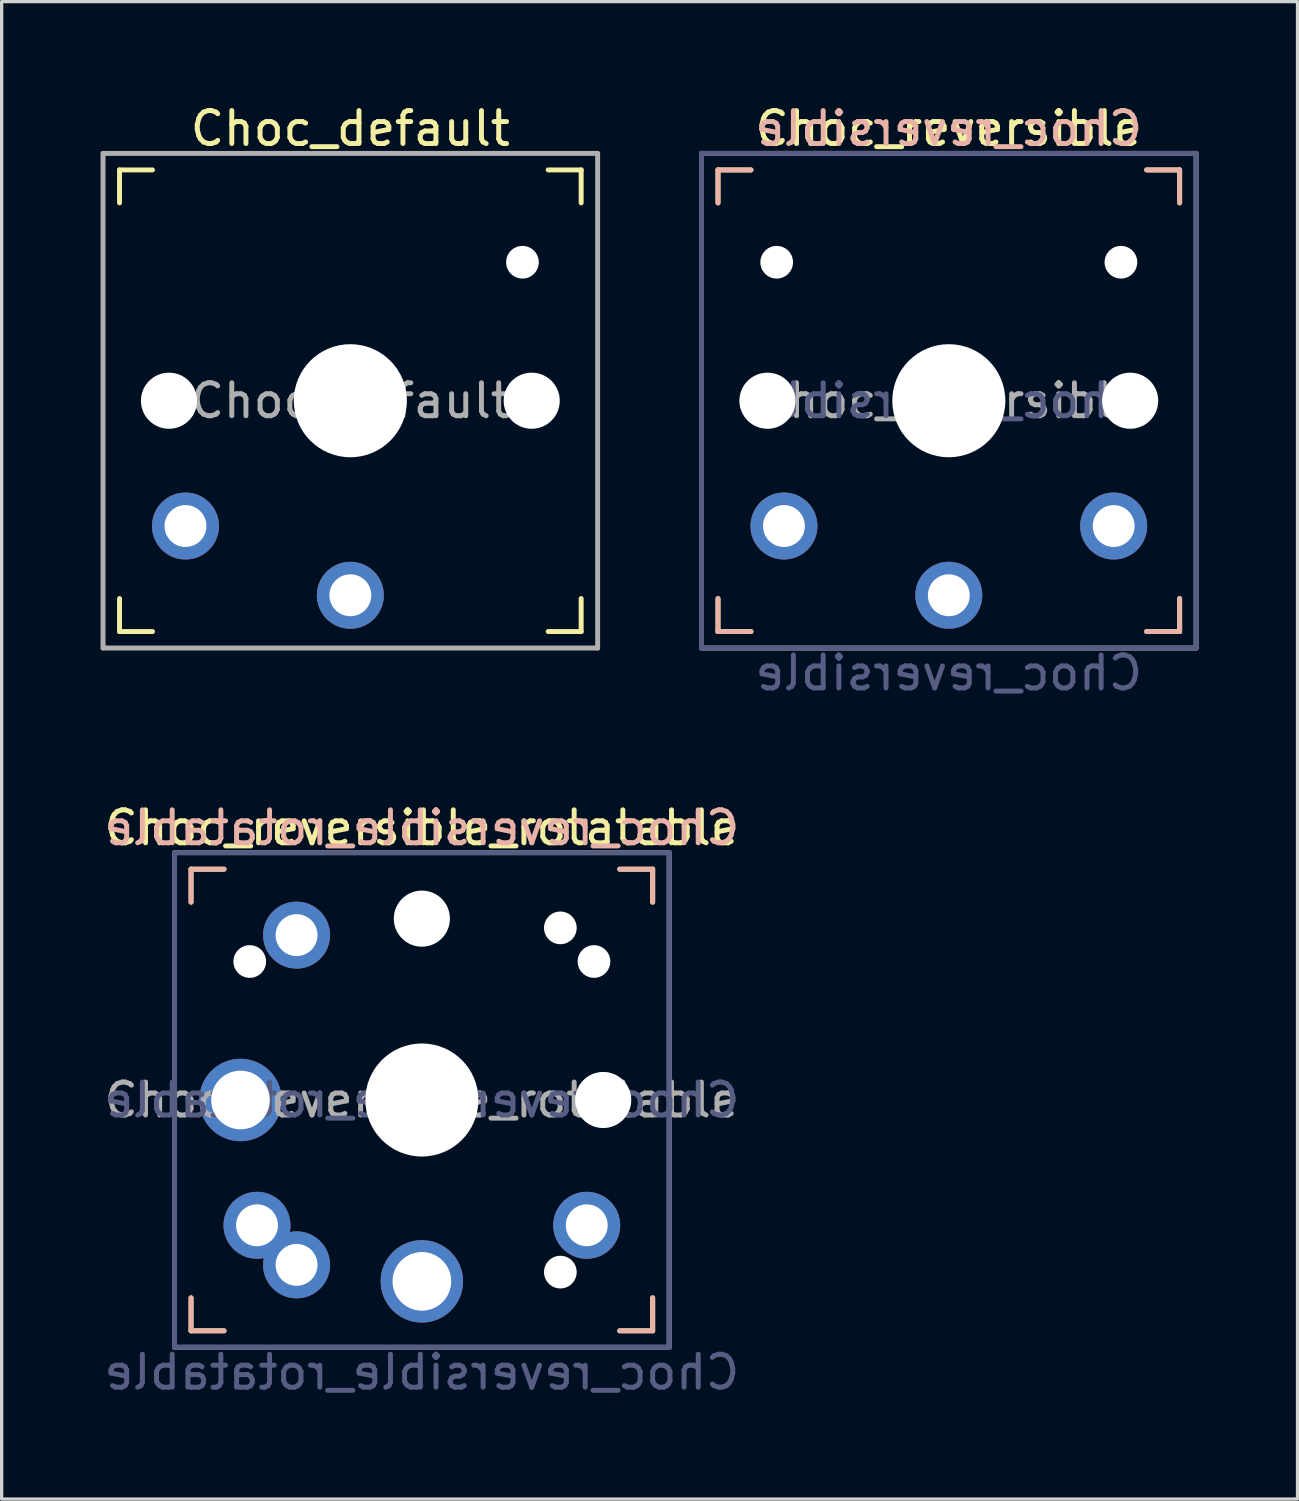
<source format=kicad_pcb>
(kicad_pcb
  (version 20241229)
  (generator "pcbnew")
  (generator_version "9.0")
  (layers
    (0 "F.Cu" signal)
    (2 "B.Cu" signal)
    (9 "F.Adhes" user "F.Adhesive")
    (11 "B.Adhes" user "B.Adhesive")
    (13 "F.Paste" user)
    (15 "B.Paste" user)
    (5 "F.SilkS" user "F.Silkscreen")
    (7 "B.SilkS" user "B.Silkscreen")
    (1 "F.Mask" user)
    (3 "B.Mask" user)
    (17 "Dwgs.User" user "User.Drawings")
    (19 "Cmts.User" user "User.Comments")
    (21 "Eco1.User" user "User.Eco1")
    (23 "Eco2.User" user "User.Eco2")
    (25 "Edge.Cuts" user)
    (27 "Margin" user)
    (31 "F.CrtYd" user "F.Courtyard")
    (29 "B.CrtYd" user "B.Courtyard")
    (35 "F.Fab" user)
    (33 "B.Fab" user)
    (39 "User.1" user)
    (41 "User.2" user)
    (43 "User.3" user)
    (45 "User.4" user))
  (footprint "Choc_reversible"
    (layer "F.Cu")
    (at 25.725 9.103)
    (property "Reference" "Choc_reversible" (at 0 -8.255 0) (layer "F.SilkS") (effects (font (size 1 1) (thickness 0.15))))
    (property "Value" "Choc_reversible" (at 0 8.255 0) (layer "F.Fab") (hide yes) (effects (font (size 1 1) (thickness 0.15))))
    (attr through_hole)
    (fp_line (start -7 -7) (end -6 -7) (stroke (width 0.15) (type solid)) (layer "F.SilkS"))
    (fp_line (start -7 -6) (end -7 -7) (stroke (width 0.15) (type solid)) (layer "F.SilkS"))
    (fp_line (start -7 7) (end -7 6) (stroke (width 0.15) (type solid)) (layer "F.SilkS"))
    (fp_line (start -6 7) (end -7 7) (stroke (width 0.15) (type solid)) (layer "F.SilkS"))
    (fp_line (start 6 -7) (end 7 -7) (stroke (width 0.15) (type solid)) (layer "F.SilkS"))
    (fp_line (start 7 -7) (end 7 -6) (stroke (width 0.15) (type solid)) (layer "F.SilkS"))
    (fp_line (start 7 6) (end 7 7) (stroke (width 0.15) (type solid)) (layer "F.SilkS"))
    (fp_line (start 7 7) (end 6 7) (stroke (width 0.15) (type solid)) (layer "F.SilkS"))
    (fp_line (start -7 -7) (end -6 -7) (stroke (width 0.15) (type solid)) (layer "B.SilkS"))
    (fp_line (start -7 -6) (end -7 -7) (stroke (width 0.15) (type solid)) (layer "B.SilkS"))
    (fp_line (start -7 7) (end -7 6) (stroke (width 0.15) (type solid)) (layer "B.SilkS"))
    (fp_line (start -6 7) (end -7 7) (stroke (width 0.15) (type solid)) (layer "B.SilkS"))
    (fp_line (start 6 -7) (end 7 -7) (stroke (width 0.15) (type solid)) (layer "B.SilkS"))
    (fp_line (start 7 -7) (end 7 -6) (stroke (width 0.15) (type solid)) (layer "B.SilkS"))
    (fp_line (start 7 6) (end 7 7) (stroke (width 0.15) (type solid)) (layer "B.SilkS"))
    (fp_line (start 7 7) (end 6 7) (stroke (width 0.15) (type solid)) (layer "B.SilkS"))
    (fp_line (start -6.9 6.9) (end -6.9 -6.9) (stroke (width 0.15) (type solid)) (layer "Eco2.User"))
    (fp_line (start -6.9 6.9) (end 6.9 6.9) (stroke (width 0.15) (type solid)) (layer "Eco2.User"))
    (fp_line (start -2.6 -3.1) (end -2.6 -6.3) (stroke (width 0.15) (type solid)) (layer "Eco2.User"))
    (fp_line (start -2.6 -3.1) (end 2.6 -3.1) (stroke (width 0.15) (type solid)) (layer "Eco2.User"))
    (fp_line (start 2.6 -6.3) (end -2.6 -6.3) (stroke (width 0.15) (type solid)) (layer "Eco2.User"))
    (fp_line (start 2.6 -3.1) (end 2.6 -6.3) (stroke (width 0.15) (type solid)) (layer "Eco2.User"))
    (fp_line (start 6.9 -6.9) (end -6.9 -6.9) (stroke (width 0.15) (type solid)) (layer "Eco2.User"))
    (fp_line (start 6.9 -6.9) (end 6.9 6.9) (stroke (width 0.15) (type solid)) (layer "Eco2.User"))
    (fp_line (start -7.5 -7.5) (end 7.5 -7.5) (stroke (width 0.15) (type solid)) (layer "B.Fab"))
    (fp_line (start -7.5 7.5) (end -7.5 -7.5) (stroke (width 0.15) (type solid)) (layer "B.Fab"))
    (fp_line (start 7.5 -7.5) (end 7.5 7.5) (stroke (width 0.15) (type solid)) (layer "B.Fab"))
    (fp_line (start 7.5 7.5) (end -7.5 7.5) (stroke (width 0.15) (type solid)) (layer "B.Fab"))
    (fp_line (start -7.5 -7.5) (end 7.5 -7.5) (stroke (width 0.15) (type solid)) (layer "F.Fab"))
    (fp_line (start -7.5 7.5) (end -7.5 -7.5) (stroke (width 0.15) (type solid)) (layer "F.Fab"))
    (fp_line (start 7.5 -7.5) (end 7.5 7.5) (stroke (width 0.15) (type solid)) (layer "F.Fab"))
    (fp_line (start 7.5 7.5) (end -7.5 7.5) (stroke (width 0.15) (type solid)) (layer "F.Fab"))
    (fp_text user "${REFERENCE}" (at 0 -8.255 0) (layer "B.SilkS") (effects (font (size 1 1) (thickness 0.15)) (justify mirror)))
    (fp_text user "${REFERENCE}" (at 0 0 0) (layer "B.Fab") (effects (font (size 1 1) (thickness 0.15)) (justify mirror)))
    (fp_text user "${VALUE}" (at 0 8.255 0) (layer "B.Fab") (effects (font (size 1 1) (thickness 0.15)) (justify mirror)))
    (fp_text user "${REFERENCE}" (at 0 0 0) (layer "F.Fab") (effects (font (size 1 1) (thickness 0.15))))
    (pad "" np_thru_hole circle (at -5.5 0) (size 1.702 1.702) (drill 1.702) (layers "*.Cu" "*.Mask"))
    (pad "" np_thru_hole circle (at -5.22 -4.2) (size 0.991 0.991) (drill 0.991) (layers "*.Cu" "*.Mask"))
    (pad "" np_thru_hole circle (at 0 0) (size 3.429 3.429) (drill 3.429) (layers "*.Cu" "*.Mask"))
    (pad "" np_thru_hole circle (at 5.22 -4.2) (size 0.991 0.991) (drill 0.991) (layers "*.Cu" "*.Mask"))
    (pad "" np_thru_hole circle (at 5.5 0) (size 1.702 1.702) (drill 1.702) (layers "*.Cu" "*.Mask"))
    (pad "1" thru_hole circle (at 0 5.9) (size 2.032 2.032) (drill 1.27) (layers "*.Cu" "*.Mask"))
    (pad "2" thru_hole circle (at -5 3.8) (size 2.032 2.032) (drill 1.27) (layers "*.Cu" "*.Mask"))
    (pad "2" thru_hole circle (at 5 3.8) (size 2.032 2.032) (drill 1.27) (layers "*.Cu" "*.Mask")))
  (footprint "Choc_default"
    (layer "F.Cu")
    (at 7.575 9.103)
    (property "Reference" "Choc_default" (at 0 -8.255 0) (layer "F.SilkS") (effects (font (size 1 1) (thickness 0.15))))
    (attr through_hole)
    (fp_line (start -7 -6) (end -7 -7) (stroke (width 0.15) (type solid)) (layer "F.SilkS"))
    (fp_line (start -7 7) (end -7 6) (stroke (width 0.15) (type solid)) (layer "F.SilkS"))
    (fp_line (start -7 7) (end -6 7) (stroke (width 0.15) (type solid)) (layer "F.SilkS"))
    (fp_line (start -6 -7) (end -7 -7) (stroke (width 0.15) (type solid)) (layer "F.SilkS"))
    (fp_line (start 6 7) (end 7 7) (stroke (width 0.15) (type solid)) (layer "F.SilkS"))
    (fp_line (start 7 -7) (end 6 -7) (stroke (width 0.15) (type solid)) (layer "F.SilkS"))
    (fp_line (start 7 -7) (end 7 -6) (stroke (width 0.15) (type solid)) (layer "F.SilkS"))
    (fp_line (start 7 6) (end 7 7) (stroke (width 0.15) (type solid)) (layer "F.SilkS"))
    (fp_line (start -6.9 6.9) (end -6.9 -6.9) (stroke (width 0.15) (type solid)) (layer "Eco2.User"))
    (fp_line (start -6.9 6.9) (end 6.9 6.9) (stroke (width 0.15) (type solid)) (layer "Eco2.User"))
    (fp_line (start -2.6 -3.1) (end -2.6 -6.3) (stroke (width 0.15) (type solid)) (layer "Eco2.User"))
    (fp_line (start -2.6 -3.1) (end 2.6 -3.1) (stroke (width 0.15) (type solid)) (layer "Eco2.User"))
    (fp_line (start 2.6 -6.3) (end -2.6 -6.3) (stroke (width 0.15) (type solid)) (layer "Eco2.User"))
    (fp_line (start 2.6 -3.1) (end 2.6 -6.3) (stroke (width 0.15) (type solid)) (layer "Eco2.User"))
    (fp_line (start 6.9 -6.9) (end -6.9 -6.9) (stroke (width 0.15) (type solid)) (layer "Eco2.User"))
    (fp_line (start 6.9 -6.9) (end 6.9 6.9) (stroke (width 0.15) (type solid)) (layer "Eco2.User"))
    (fp_line (start -7.5 -7.5) (end 7.5 -7.5) (stroke (width 0.15) (type solid)) (layer "F.Fab"))
    (fp_line (start -7.5 7.5) (end -7.5 -7.5) (stroke (width 0.15) (type solid)) (layer "F.Fab"))
    (fp_line (start 7.5 -7.5) (end 7.5 7.5) (stroke (width 0.15) (type solid)) (layer "F.Fab"))
    (fp_line (start 7.5 7.5) (end -7.5 7.5) (stroke (width 0.15) (type solid)) (layer "F.Fab"))
    (fp_text user "${REFERENCE}" (at 0 0 0) (layer "F.Fab") (effects (font (size 1 1) (thickness 0.15))))
    (pad "" np_thru_hole circle (at -5.5 0) (size 1.702 1.702) (drill 1.702) (layers "*.Cu" "*.Mask"))
    (pad "" np_thru_hole circle (at 0 0) (size 3.429 3.429) (drill 3.429) (layers "*.Cu" "*.Mask"))
    (pad "" np_thru_hole circle (at 5.22 -4.2) (size 0.991 0.991) (drill 0.991) (layers "*.Cu" "*.Mask"))
    (pad "" np_thru_hole circle (at 5.5 0) (size 1.702 1.702) (drill 1.702) (layers "*.Cu" "*.Mask"))
    (pad "1" thru_hole circle (at 0 5.9) (size 2.032 2.032) (drill 1.27) (layers "*.Cu" "*.Mask"))
    (pad "2" thru_hole circle (at -5 3.8) (size 2.032 2.032) (drill 1.27) (layers "*.Cu" "*.Mask")))
  (footprint "Choc_reversible_rotatable"
    (layer "F.Cu")
    (at 9.744 30.31)
    (property "Reference" "Choc_reversible_rotatable" (at 0 -8.255 0) (layer "F.SilkS") (effects (font (size 1 1) (thickness 0.15))))
    (property "Value" "Choc_reversible_rotatable" (at 0 8.255 0) (layer "F.Fab") (hide yes) (effects (font (size 1 1) (thickness 0.15))))
    (attr through_hole)
    (fp_line (start -7 -7) (end -6 -7) (stroke (width 0.15) (type solid)) (layer "F.SilkS"))
    (fp_line (start -7 -6) (end -7 -7) (stroke (width 0.15) (type solid)) (layer "F.SilkS"))
    (fp_line (start -7 7) (end -7 6) (stroke (width 0.15) (type solid)) (layer "F.SilkS"))
    (fp_line (start -6 7) (end -7 7) (stroke (width 0.15) (type solid)) (layer "F.SilkS"))
    (fp_line (start 6 -7) (end 7 -7) (stroke (width 0.15) (type solid)) (layer "F.SilkS"))
    (fp_line (start 7 -7) (end 7 -6) (stroke (width 0.15) (type solid)) (layer "F.SilkS"))
    (fp_line (start 7 6) (end 7 7) (stroke (width 0.15) (type solid)) (layer "F.SilkS"))
    (fp_line (start 7 7) (end 6 7) (stroke (width 0.15) (type solid)) (layer "F.SilkS"))
    (fp_line (start -7 -7) (end -6 -7) (stroke (width 0.15) (type solid)) (layer "B.SilkS"))
    (fp_line (start -7 -6) (end -7 -7) (stroke (width 0.15) (type solid)) (layer "B.SilkS"))
    (fp_line (start -7 7) (end -7 6) (stroke (width 0.15) (type solid)) (layer "B.SilkS"))
    (fp_line (start -6 7) (end -7 7) (stroke (width 0.15) (type solid)) (layer "B.SilkS"))
    (fp_line (start 6 -7) (end 7 -7) (stroke (width 0.15) (type solid)) (layer "B.SilkS"))
    (fp_line (start 7 -7) (end 7 -6) (stroke (width 0.15) (type solid)) (layer "B.SilkS"))
    (fp_line (start 7 6) (end 7 7) (stroke (width 0.15) (type solid)) (layer "B.SilkS"))
    (fp_line (start 7 7) (end 6 7) (stroke (width 0.15) (type solid)) (layer "B.SilkS"))
    (fp_line (start -6.9 6.9) (end -6.9 -6.9) (stroke (width 0.15) (type solid)) (layer "Eco2.User"))
    (fp_line (start -6.9 6.9) (end 6.9 6.9) (stroke (width 0.15) (type solid)) (layer "Eco2.User"))
    (fp_line (start -2.6 -3.1) (end -2.6 -6.3) (stroke (width 0.15) (type solid)) (layer "Eco2.User"))
    (fp_line (start -2.6 -3.1) (end 2.6 -3.1) (stroke (width 0.15) (type solid)) (layer "Eco2.User"))
    (fp_line (start 2.6 -6.3) (end -2.6 -6.3) (stroke (width 0.15) (type solid)) (layer "Eco2.User"))
    (fp_line (start 2.6 -3.1) (end 2.6 -6.3) (stroke (width 0.15) (type solid)) (layer "Eco2.User"))
    (fp_line (start 6.9 -6.9) (end -6.9 -6.9) (stroke (width 0.15) (type solid)) (layer "Eco2.User"))
    (fp_line (start 6.9 -6.9) (end 6.9 6.9) (stroke (width 0.15) (type solid)) (layer "Eco2.User"))
    (fp_line (start -7.5 -7.5) (end 7.5 -7.5) (stroke (width 0.15) (type solid)) (layer "B.Fab"))
    (fp_line (start -7.5 7.5) (end -7.5 -7.5) (stroke (width 0.15) (type solid)) (layer "B.Fab"))
    (fp_line (start 7.5 -7.5) (end 7.5 7.5) (stroke (width 0.15) (type solid)) (layer "B.Fab"))
    (fp_line (start 7.5 7.5) (end -7.5 7.5) (stroke (width 0.15) (type solid)) (layer "B.Fab"))
    (fp_line (start -7.5 -7.5) (end 7.5 -7.5) (stroke (width 0.15) (type solid)) (layer "F.Fab"))
    (fp_line (start -7.5 7.5) (end -7.5 -7.5) (stroke (width 0.15) (type solid)) (layer "F.Fab"))
    (fp_line (start 7.5 -7.5) (end 7.5 7.5) (stroke (width 0.15) (type solid)) (layer "F.Fab"))
    (fp_line (start 7.5 7.5) (end -7.5 7.5) (stroke (width 0.15) (type solid)) (layer "F.Fab"))
    (fp_text user "${REFERENCE}" (at 0 -8.255 0) (layer "B.SilkS") (effects (font (size 1 1) (thickness 0.15)) (justify mirror)))
    (fp_text user "${REFERENCE}" (at 0 0 0) (layer "B.Fab") (effects (font (size 1 1) (thickness 0.15)) (justify mirror)))
    (fp_text user "${VALUE}" (at 0 8.255 0) (layer "B.Fab") (effects (font (size 1 1) (thickness 0.15)) (justify mirror)))
    (fp_text user "${REFERENCE}" (at 0 0 0) (layer "F.Fab") (effects (font (size 1 1) (thickness 0.15))))
    (pad "" np_thru_hole circle (at -5.22 -4.2) (size 0.991 0.991) (drill 0.991) (layers "*.Cu" "*.Mask"))
    (pad "" np_thru_hole circle (at 0 -5.5) (size 1.702 1.702) (drill 1.702) (layers "*.Cu" "*.Mask"))
    (pad "" np_thru_hole circle (at 0 0) (size 3.429 3.429) (drill 3.429) (layers "*.Cu" "*.Mask"))
    (pad "" np_thru_hole circle (at 4.2 -5.22) (size 0.991 0.991) (drill 0.991) (layers "*.Cu" "*.Mask"))
    (pad "" np_thru_hole circle (at 4.2 5.22) (size 0.991 0.991) (drill 0.991) (layers "*.Cu" "*.Mask"))
    (pad "" np_thru_hole circle (at 5.22 -4.2) (size 0.991 0.991) (drill 0.991) (layers "*.Cu" "*.Mask"))
    (pad "" np_thru_hole circle (at 5.5 0) (size 1.702 1.702) (drill 1.702) (layers "*.Cu" "*.Mask"))
    (pad "1" thru_hole circle (at -5.5 0) (size 2.5 2.5) (drill 1.778) (layers "*.Cu" "*.Mask"))
    (pad "1" thru_hole circle (at 0 5.5) (size 2.5 2.5) (drill 1.778) (layers "*.Cu" "*.Mask"))
    (pad "2" thru_hole circle (at -5 3.8) (size 2.032 2.032) (drill 1.27) (layers "*.Cu" "*.Mask"))
    (pad "2" thru_hole circle (at -3.8 -5) (size 2.032 2.032) (drill 1.27) (layers "*.Cu" "*.Mask"))
    (pad "2" thru_hole circle (at -3.8 5) (size 2.032 2.032) (drill 1.27) (layers "*.Cu" "*.Mask"))
    (pad "2" thru_hole circle (at 5 3.8) (size 2.032 2.032) (drill 1.27) (layers "*.Cu" "*.Mask")))
  (gr_rect
    (start -3 -3)
    (end 36.3 42.413)
    (stroke (width 0.1) (type default))
    (fill no)
    (layer "Edge.Cuts")))
</source>
